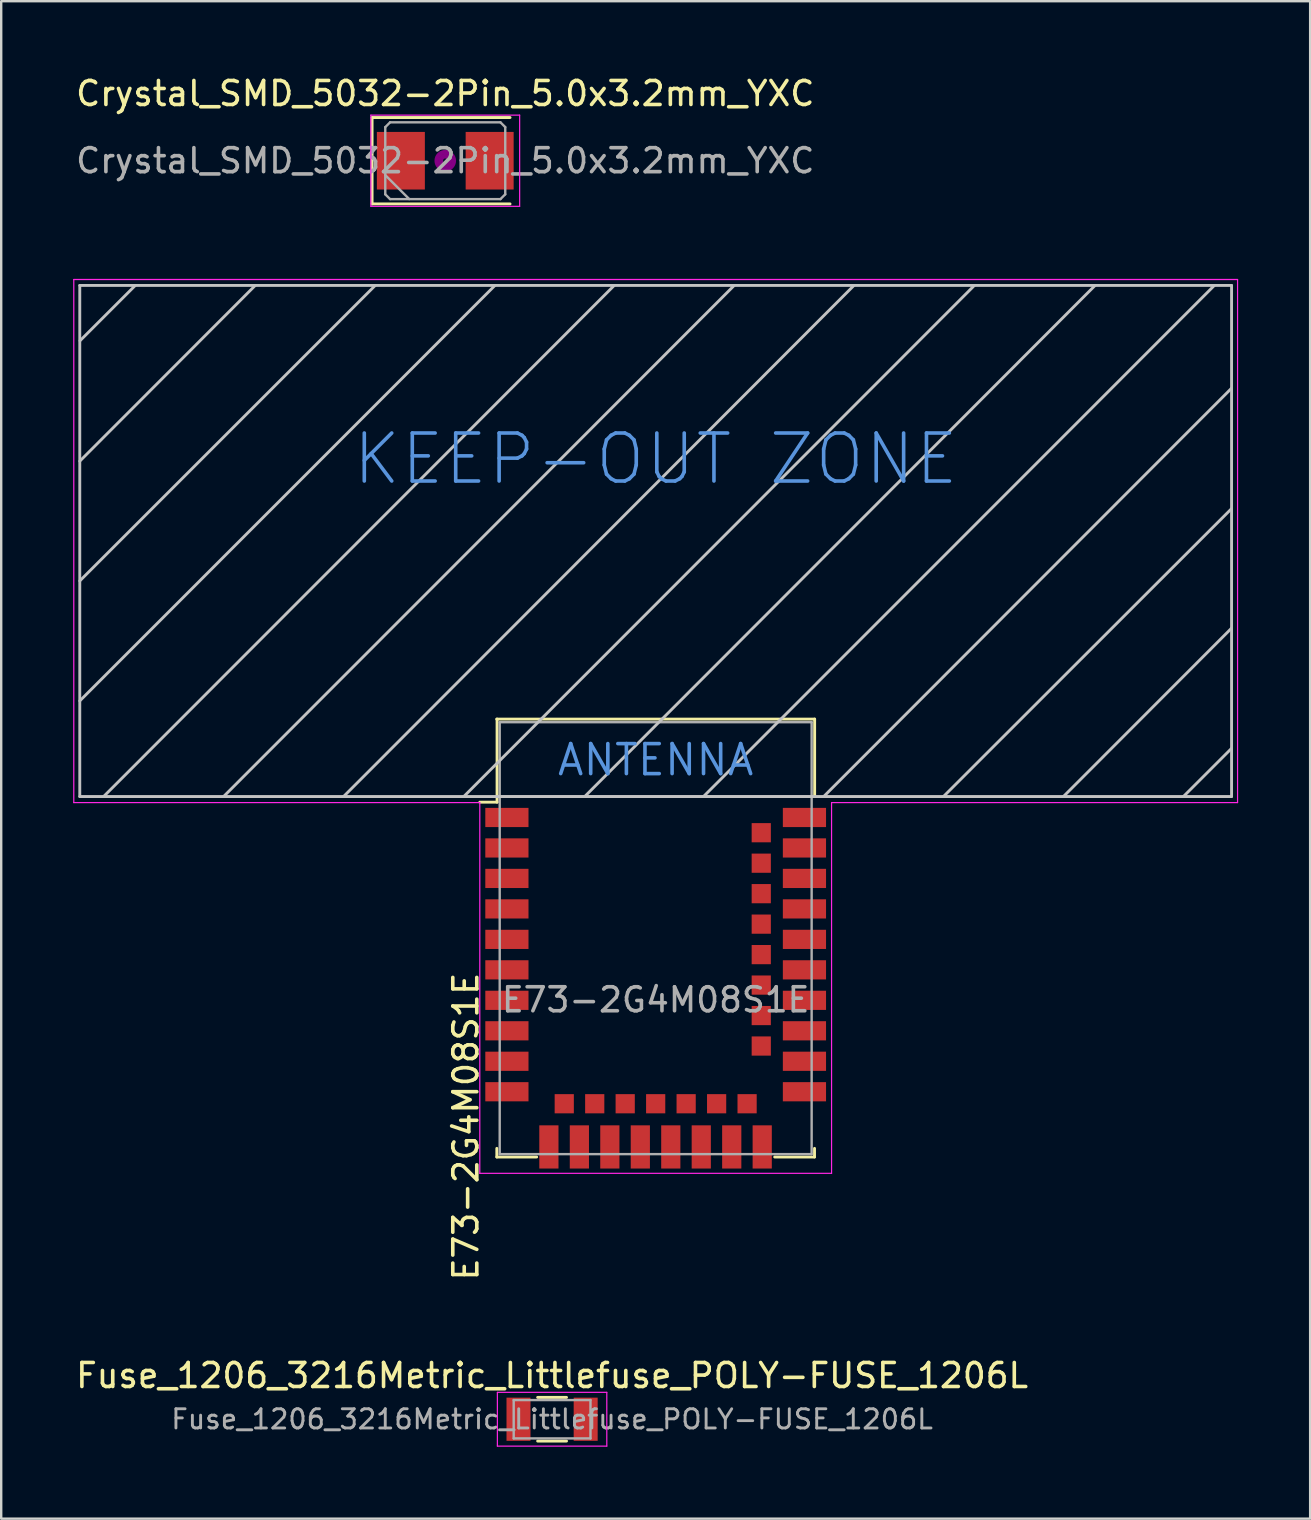
<source format=kicad_pcb>
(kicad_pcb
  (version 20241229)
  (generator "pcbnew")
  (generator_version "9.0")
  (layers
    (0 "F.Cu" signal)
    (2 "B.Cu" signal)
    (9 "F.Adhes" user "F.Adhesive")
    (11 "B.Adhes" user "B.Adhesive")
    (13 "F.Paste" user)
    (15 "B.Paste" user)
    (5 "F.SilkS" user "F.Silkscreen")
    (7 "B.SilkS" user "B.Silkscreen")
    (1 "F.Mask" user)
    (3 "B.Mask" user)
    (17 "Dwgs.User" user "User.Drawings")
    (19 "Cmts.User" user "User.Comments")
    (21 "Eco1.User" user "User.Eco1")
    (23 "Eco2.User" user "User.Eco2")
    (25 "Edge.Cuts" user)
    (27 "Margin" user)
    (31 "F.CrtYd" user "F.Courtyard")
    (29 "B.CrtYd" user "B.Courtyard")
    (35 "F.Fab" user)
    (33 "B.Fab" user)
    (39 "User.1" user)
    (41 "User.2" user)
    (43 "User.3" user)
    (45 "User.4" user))
  (footprint "Crystal_SMD_5032-2Pin_5.0x3.2mm_YXC"
    (layer "F.Cu")
    (at 15.506 3.648)
    (property "Reference" "Crystal_SMD_5032-2Pin_5.0x3.2mm_YXC" (at 0 -2.8 0) (layer "F.SilkS") (effects (font (size 1 1) (thickness 0.15))))
    (attr smd)
    (fp_line (start -3.05 -1.8) (end -3.05 1.8) (stroke (width 0.12) (type solid)) (layer "F.SilkS"))
    (fp_line (start -3.05 1.8) (end 2.7 1.8) (stroke (width 0.12) (type solid)) (layer "F.SilkS"))
    (fp_line (start 2.7 -1.8) (end -3.05 -1.8) (stroke (width 0.12) (type solid)) (layer "F.SilkS"))
    (fp_circle (center 0 0) (end 0.093 0) (stroke (width 0.187) (type solid)) (fill no) (layer "F.Adhes"))
    (fp_circle (center 0 0) (end 0.213 0) (stroke (width 0.133) (type solid)) (fill no) (layer "F.Adhes"))
    (fp_circle (center 0 0) (end 0.333 0) (stroke (width 0.133) (type solid)) (fill no) (layer "F.Adhes"))
    (fp_circle (center 0 0) (end 0.4 0) (stroke (width 0.1) (type solid)) (fill no) (layer "F.Adhes"))
    (fp_line (start -3.1 -1.9) (end -3.1 1.9) (stroke (width 0.05) (type solid)) (layer "F.CrtYd"))
    (fp_line (start -3.1 1.9) (end 3.1 1.9) (stroke (width 0.05) (type solid)) (layer "F.CrtYd"))
    (fp_line (start 3.1 -1.9) (end -3.1 -1.9) (stroke (width 0.05) (type solid)) (layer "F.CrtYd"))
    (fp_line (start 3.1 1.9) (end 3.1 -1.9) (stroke (width 0.05) (type solid)) (layer "F.CrtYd"))
    (fp_line (start -2.5 -1.4) (end -2.3 -1.6) (stroke (width 0.1) (type solid)) (layer "F.Fab"))
    (fp_line (start -2.5 0.6) (end -1.5 1.6) (stroke (width 0.1) (type solid)) (layer "F.Fab"))
    (fp_line (start -2.5 1.4) (end -2.5 -1.4) (stroke (width 0.1) (type solid)) (layer "F.Fab"))
    (fp_line (start -2.3 -1.6) (end 2.3 -1.6) (stroke (width 0.1) (type solid)) (layer "F.Fab"))
    (fp_line (start -2.3 1.6) (end -2.5 1.4) (stroke (width 0.1) (type solid)) (layer "F.Fab"))
    (fp_line (start 2.3 -1.6) (end 2.5 -1.4) (stroke (width 0.1) (type solid)) (layer "F.Fab"))
    (fp_line (start 2.3 1.6) (end -2.3 1.6) (stroke (width 0.1) (type solid)) (layer "F.Fab"))
    (fp_line (start 2.5 -1.4) (end 2.5 1.4) (stroke (width 0.1) (type solid)) (layer "F.Fab"))
    (fp_line (start 2.5 1.4) (end 2.3 1.6) (stroke (width 0.1) (type solid)) (layer "F.Fab"))
    (fp_text user "${REFERENCE}" (at 0 0 0) (layer "F.Fab") (effects (font (size 1 1) (thickness 0.15))))
    (pad "1" smd rect (at -1.85 0) (size 2 2.4) (layers "F.Cu" "F.Mask" "F.Paste"))
    (pad "2" smd rect (at 1.85 0) (size 2 2.4) (layers "F.Cu" "F.Mask" "F.Paste")))
  (footprint "E73-2G4M08S1E"
    (layer "F.Cu")
    (at 24.275 26.918)
    (property "Reference" "E73-2G4M08S1E" (at -7.91 16.98 90) (layer "F.SilkS") (effects (font (size 1 1) (thickness 0.15))))
    (attr smd)
    (fp_line (start -6.625 0) (end 6.625 0) (stroke (width 0.12) (type solid)) (layer "F.SilkS"))
    (fp_line (start -6.62 17.89) (end -6.62 18.25) (stroke (width 0.12) (type solid)) (layer "F.SilkS"))
    (fp_line (start -6.62 18.25) (end -4.96 18.25) (stroke (width 0.12) (type solid)) (layer "F.SilkS"))
    (fp_line (start -6.61 3.462) (end -7.33 3.462) (stroke (width 0.12) (type solid)) (layer "F.SilkS"))
    (fp_line (start -6.61 3.462) (end -6.61 0) (stroke (width 0.12) (type solid)) (layer "F.SilkS"))
    (fp_line (start 6.62 17.89) (end 6.62 18.25) (stroke (width 0.12) (type solid)) (layer "F.SilkS"))
    (fp_line (start 6.62 18.25) (end 4.96 18.25) (stroke (width 0.12) (type solid)) (layer "F.SilkS"))
    (fp_line (start 6.625 3.227) (end 6.625 0) (stroke (width 0.12) (type solid)) (layer "F.SilkS"))
    (fp_line (start -24 -18.073) (end -24 3.227) (stroke (width 0.12) (type solid)) (layer "Dwgs.User"))
    (fp_line (start -24 -18.073) (end 24 -18.073) (stroke (width 0.12) (type solid)) (layer "Dwgs.User"))
    (fp_line (start -24 3.227) (end 24 3.227) (stroke (width 0.12) (type solid)) (layer "Dwgs.User"))
    (fp_line (start -21.69 -18.07) (end -23.99 -15.77) (stroke (width 0.12) (type solid)) (layer "Dwgs.User"))
    (fp_line (start -16.69 -18.07) (end -24 -10.75) (stroke (width 0.12) (type solid)) (layer "Dwgs.User"))
    (fp_line (start -11.69 -18.07) (end -24 -5.76) (stroke (width 0.12) (type solid)) (layer "Dwgs.User"))
    (fp_line (start -6.7 -18.07) (end -24 -0.76) (stroke (width 0.12) (type solid)) (layer "Dwgs.User"))
    (fp_line (start -1.73 -18.07) (end -23 3.22) (stroke (width 0.12) (type solid)) (layer "Dwgs.User"))
    (fp_line (start 3.27 -18.07) (end -18 3.22) (stroke (width 0.12) (type solid)) (layer "Dwgs.User"))
    (fp_line (start 8.26 -18.07) (end -13.01 3.23) (stroke (width 0.12) (type solid)) (layer "Dwgs.User"))
    (fp_line (start 13.28 -18.07) (end -7.99 3.22) (stroke (width 0.12) (type solid)) (layer "Dwgs.User"))
    (fp_line (start 18.31 -18.07) (end -2.95 3.22) (stroke (width 0.12) (type solid)) (layer "Dwgs.User"))
    (fp_line (start 23.28 -18.07) (end 2 3.22) (stroke (width 0.12) (type solid)) (layer "Dwgs.User"))
    (fp_line (start 24 -18.073) (end 24 3.227) (stroke (width 0.12) (type solid)) (layer "Dwgs.User"))
    (fp_line (start 24 -13.79) (end 7.01 3.22) (stroke (width 0.12) (type solid)) (layer "Dwgs.User"))
    (fp_line (start 24 -8.77) (end 12 3.22) (stroke (width 0.12) (type solid)) (layer "Dwgs.User"))
    (fp_line (start 24 -3.79) (end 17 3.22) (stroke (width 0.12) (type solid)) (layer "Dwgs.User"))
    (fp_line (start 24 1.22) (end 22 3.22) (stroke (width 0.12) (type solid)) (layer "Dwgs.User"))
    (fp_line (start -24.25 -18.32) (end -24.25 3.48) (stroke (width 0.05) (type solid)) (layer "F.CrtYd"))
    (fp_line (start -24.25 3.48) (end -7.33 3.48) (stroke (width 0.05) (type solid)) (layer "F.CrtYd"))
    (fp_line (start -7.33 3.48) (end -7.33 18.93) (stroke (width 0.05) (type solid)) (layer "F.CrtYd"))
    (fp_line (start -7.33 18.93) (end 7.33 18.93) (stroke (width 0.05) (type solid)) (layer "F.CrtYd"))
    (fp_line (start 7.33 3.48) (end 24.25 3.48) (stroke (width 0.05) (type solid)) (layer "F.CrtYd"))
    (fp_line (start 7.33 18.93) (end 7.33 3.48) (stroke (width 0.05) (type solid)) (layer "F.CrtYd"))
    (fp_line (start 24.25 -18.32) (end -24.25 -18.32) (stroke (width 0.05) (type solid)) (layer "F.CrtYd"))
    (fp_line (start 24.25 3.48) (end 24.25 -18.32) (stroke (width 0.05) (type solid)) (layer "F.CrtYd"))
    (fp_line (start -6.5 0.13) (end -6.5 18.13) (stroke (width 0.1) (type solid)) (layer "F.Fab"))
    (fp_line (start -6.5 0.13) (end 6.5 0.13) (stroke (width 0.1) (type solid)) (layer "F.Fab"))
    (fp_line (start -6.5 18.13) (end 6.5 18.13) (stroke (width 0.1) (type solid)) (layer "F.Fab"))
    (fp_line (start 6.5 0.13) (end 6.5 18.13) (stroke (width 0.1) (type solid)) (layer "F.Fab"))
    (fp_line (start 6.5 3.227) (end -6.5 3.227) (stroke (width 0.1) (type solid)) (layer "F.Fab"))
    (fp_text user "KEEP-OUT ZONE" (at 0 -10.84 0) (layer "Cmts.User") (effects (font (size 2 2) (thickness 0.15))))
    (fp_text user "ANTENNA" (at 0 1.7 0) (layer "Cmts.User") (effects (font (size 1.25 1.25) (thickness 0.15))))
    (fp_text user "${REFERENCE}" (at 0 11.7 0) (layer "F.Fab") (effects (font (size 1 1) (thickness 0.15))))
    (pad "1" smd rect (at -6.2 4.1 180) (size 1.8 0.8) (layers "F.Cu" "F.Mask" "F.Paste"))
    (pad "2" smd rect (at -6.2 5.37 180) (size 1.8 0.8) (layers "F.Cu" "F.Mask" "F.Paste"))
    (pad "3" smd rect (at -6.2 6.64 180) (size 1.8 0.8) (layers "F.Cu" "F.Mask" "F.Paste"))
    (pad "4" smd rect (at -6.2 7.91 180) (size 1.8 0.8) (layers "F.Cu" "F.Mask" "F.Paste"))
    (pad "5" smd rect (at -6.2 9.18 180) (size 1.8 0.8) (layers "F.Cu" "F.Mask" "F.Paste"))
    (pad "6" smd rect (at -6.2 10.45 180) (size 1.8 0.8) (layers "F.Cu" "F.Mask" "F.Paste"))
    (pad "7" smd rect (at -6.2 11.72 180) (size 1.8 0.8) (layers "F.Cu" "F.Mask" "F.Paste"))
    (pad "8" smd rect (at -6.2 12.99 180) (size 1.8 0.8) (layers "F.Cu" "F.Mask" "F.Paste"))
    (pad "9" smd rect (at -6.2 14.26 180) (size 1.8 0.8) (layers "F.Cu" "F.Mask" "F.Paste"))
    (pad "10" smd rect (at -6.2 15.53 180) (size 1.8 0.8) (layers "F.Cu" "F.Mask" "F.Paste"))
    (pad "11" smd rect (at -4.45 17.83 270) (size 1.8 0.8) (layers "F.Cu" "F.Mask" "F.Paste"))
    (pad "12" smd rect (at -3.81 16.03 270) (size 0.8 0.8) (layers "F.Cu" "F.Mask" "F.Paste"))
    (pad "13" smd rect (at -3.18 17.83 270) (size 1.8 0.8) (layers "F.Cu" "F.Mask" "F.Paste"))
    (pad "14" smd rect (at -2.54 16.03 270) (size 0.8 0.8) (layers "F.Cu" "F.Mask" "F.Paste"))
    (pad "15" smd rect (at -1.91 17.83 270) (size 1.8 0.8) (layers "F.Cu" "F.Mask" "F.Paste"))
    (pad "16" smd rect (at -1.27 16.03 270) (size 0.8 0.8) (layers "F.Cu" "F.Mask" "F.Paste"))
    (pad "17" smd rect (at -0.64 17.83 270) (size 1.8 0.8) (layers "F.Cu" "F.Mask" "F.Paste"))
    (pad "18" smd rect (at 0 16.03 270) (size 0.8 0.8) (layers "F.Cu" "F.Mask" "F.Paste"))
    (pad "19" smd rect (at 0.63 17.83 270) (size 1.8 0.8) (layers "F.Cu" "F.Mask" "F.Paste"))
    (pad "20" smd rect (at 1.27 16.03 270) (size 0.8 0.8) (layers "F.Cu" "F.Mask" "F.Paste"))
    (pad "21" smd rect (at 1.9 17.83 270) (size 1.8 0.8) (layers "F.Cu" "F.Mask" "F.Paste"))
    (pad "22" smd rect (at 2.54 16.03 270) (size 0.8 0.8) (layers "F.Cu" "F.Mask" "F.Paste"))
    (pad "23" smd rect (at 3.17 17.83 270) (size 1.8 0.8) (layers "F.Cu" "F.Mask" "F.Paste"))
    (pad "24" smd rect (at 3.81 16.03 270) (size 0.8 0.8) (layers "F.Cu" "F.Mask" "F.Paste"))
    (pad "25" smd rect (at 4.44 17.83 270) (size 1.8 0.8) (layers "F.Cu" "F.Mask" "F.Paste"))
    (pad "26" smd rect (at 6.2 15.53 180) (size 1.8 0.8) (layers "F.Cu" "F.Mask" "F.Paste"))
    (pad "27" smd rect (at 6.2 14.26 180) (size 1.8 0.8) (layers "F.Cu" "F.Mask" "F.Paste"))
    (pad "28" smd rect (at 4.4 13.625 270) (size 0.8 0.8) (layers "F.Cu" "F.Mask" "F.Paste"))
    (pad "29" smd rect (at 6.2 12.99 180) (size 1.8 0.8) (layers "F.Cu" "F.Mask" "F.Paste"))
    (pad "30" smd rect (at 4.4 12.355 270) (size 0.8 0.8) (layers "F.Cu" "F.Mask" "F.Paste"))
    (pad "31" smd rect (at 6.2 11.72 180) (size 1.8 0.8) (layers "F.Cu" "F.Mask" "F.Paste"))
    (pad "32" smd rect (at 4.4 11.085 270) (size 0.8 0.8) (layers "F.Cu" "F.Mask" "F.Paste"))
    (pad "33" smd rect (at 6.2 10.45 180) (size 1.8 0.8) (layers "F.Cu" "F.Mask" "F.Paste"))
    (pad "34" smd rect (at 4.4 9.815 270) (size 0.8 0.8) (layers "F.Cu" "F.Mask" "F.Paste"))
    (pad "35" smd rect (at 6.2 9.18 180) (size 1.8 0.8) (layers "F.Cu" "F.Mask" "F.Paste"))
    (pad "36" smd rect (at 4.4 8.545 270) (size 0.8 0.8) (layers "F.Cu" "F.Mask" "F.Paste"))
    (pad "37" smd rect (at 6.2 7.91 180) (size 1.8 0.8) (layers "F.Cu" "F.Mask" "F.Paste"))
    (pad "38" smd rect (at 4.4 7.275 270) (size 0.8 0.8) (layers "F.Cu" "F.Mask" "F.Paste"))
    (pad "39" smd rect (at 6.2 6.64 180) (size 1.8 0.8) (layers "F.Cu" "F.Mask" "F.Paste"))
    (pad "40" smd rect (at 4.4 6.005 270) (size 0.8 0.8) (layers "F.Cu" "F.Mask" "F.Paste"))
    (pad "41" smd rect (at 6.2 5.37 180) (size 1.8 0.8) (layers "F.Cu" "F.Mask" "F.Paste"))
    (pad "42" smd rect (at 4.4 4.735 270) (size 0.8 0.8) (layers "F.Cu" "F.Mask" "F.Paste"))
    (pad "43" smd rect (at 6.2 4.1 180) (size 1.8 0.8) (layers "F.Cu" "F.Mask" "F.Paste")))
  (footprint "Fuse_1206_3216Metric_Littlefuse_POLY-FUSE_1206L"
    (layer "F.Cu")
    (at 19.958 56.096)
    (property "Reference" "Fuse_1206_3216Metric_Littlefuse_POLY-FUSE_1206L" (at 0 -1.82 0) (layer "F.SilkS") (effects (font (size 1 1) (thickness 0.15))))
    (attr smd)
    (fp_line (start -0.602 -0.91) (end 0.602 -0.91) (stroke (width 0.12) (type solid)) (layer "F.SilkS"))
    (fp_line (start -0.602 0.91) (end 0.602 0.91) (stroke (width 0.12) (type solid)) (layer "F.SilkS"))
    (fp_line (start -2.28 -1.12) (end 2.28 -1.12) (stroke (width 0.05) (type solid)) (layer "F.CrtYd"))
    (fp_line (start -2.28 1.12) (end -2.28 -1.12) (stroke (width 0.05) (type solid)) (layer "F.CrtYd"))
    (fp_line (start 2.28 -1.12) (end 2.28 1.12) (stroke (width 0.05) (type solid)) (layer "F.CrtYd"))
    (fp_line (start 2.28 1.12) (end -2.28 1.12) (stroke (width 0.05) (type solid)) (layer "F.CrtYd"))
    (fp_line (start -1.6 -0.8) (end 1.6 -0.8) (stroke (width 0.1) (type solid)) (layer "F.Fab"))
    (fp_line (start -1.6 0.8) (end -1.6 -0.8) (stroke (width 0.1) (type solid)) (layer "F.Fab"))
    (fp_line (start 1.6 -0.8) (end 1.6 0.8) (stroke (width 0.1) (type solid)) (layer "F.Fab"))
    (fp_line (start 1.6 0.8) (end -1.6 0.8) (stroke (width 0.1) (type solid)) (layer "F.Fab"))
    (fp_text user "${REFERENCE}" (at 0 0 0) (layer "F.Fab") (effects (font (size 0.8 0.8) (thickness 0.12))))
    (pad "1" smd rect (at -1.4 0) (size 1 1.8) (layers "F.Cu" "F.Mask" "F.Paste"))
    (pad "2" smd rect (at 1.4 0) (size 1 1.8) (layers "F.Cu" "F.Mask" "F.Paste")))
  (gr_rect
    (start -3 -3)
    (end 51.55 60.241)
    (stroke (width 0.1) (type default))
    (fill no)
    (layer "Edge.Cuts")))
</source>
